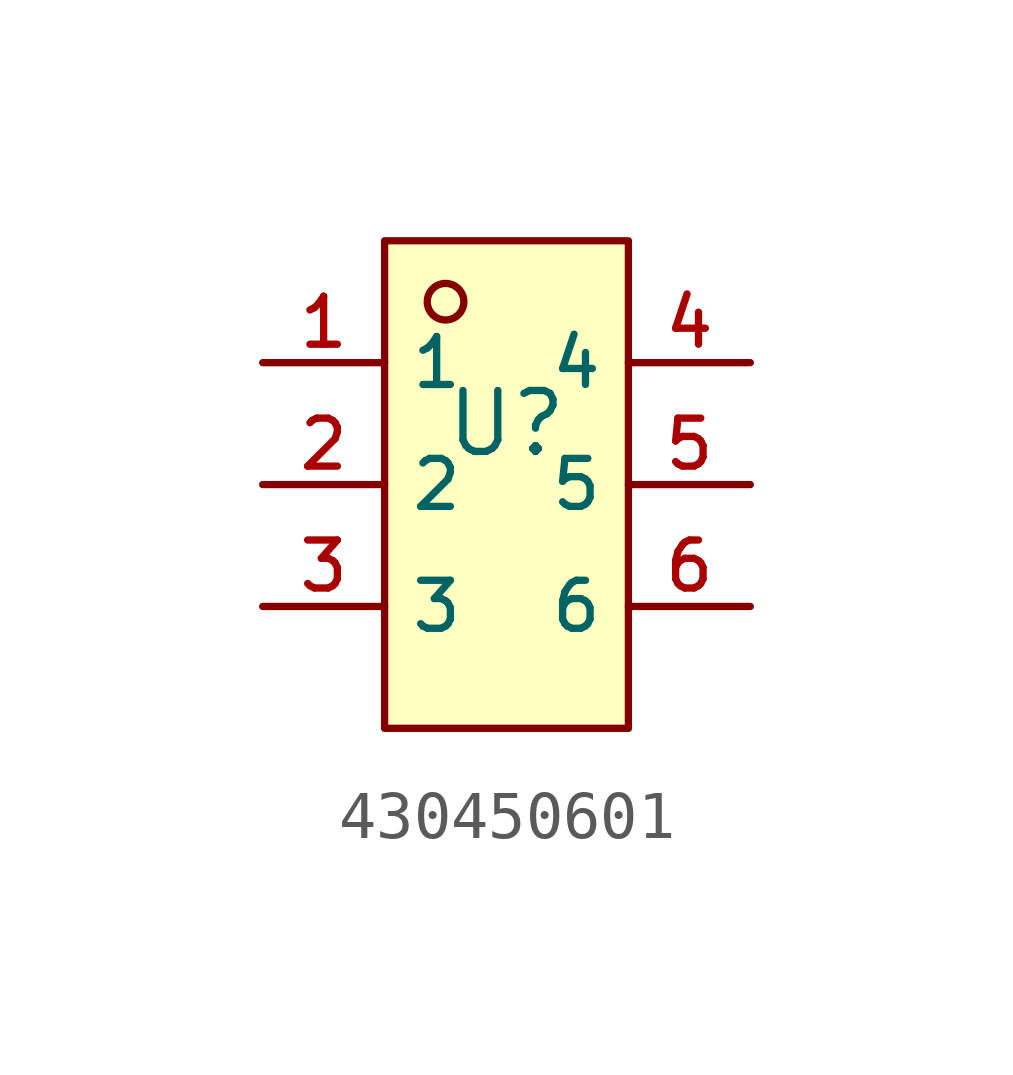
<source format=kicad_sym>
(kicad_symbol_lib
  (version 20210201)
  (generator TousstNicolas/JLC2KiCad_lib)
  (symbol "430450601"
    (property "Reference" "U"
      (at 0 1.27 0)
      (effects (font (size 1.27 1.27))))
    (symbol "430450601_0_1"
      (rectangle (start -2.54 5.08) (end 2.54 -5.08) (stroke (width 0) (type default) (color 0 0 0 0)) (fill (type background)))
      (circle (center -1.27 3.81) (radius 0.381) (stroke (width 0) (type default) (color 0 0 0 0)) (fill (type background)))
      (pin unspecified line (at -5.08 2.54 0) (length 2.54) (name "1" (effects (font (size 1 1)))) (number "1" (effects (font (size 1 1)))))
      (pin unspecified line (at -5.08 -0.0 0) (length 2.54) (name "2" (effects (font (size 1 1)))) (number "2" (effects (font (size 1 1)))))
      (pin unspecified line (at -5.08 -2.54 0) (length 2.54) (name "3" (effects (font (size 1 1)))) (number "3" (effects (font (size 1 1)))))
      (pin unspecified line (at 5.08 2.54 180) (length 2.54) (name "4" (effects (font (size 1 1)))) (number "4" (effects (font (size 1 1)))))
      (pin unspecified line (at 5.08 -0.0 180) (length 2.54) (name "5" (effects (font (size 1 1)))) (number "5" (effects (font (size 1 1)))))
      (pin unspecified line (at 5.08 -2.54 180) (length 2.54) (name "6" (effects (font (size 1 1)))) (number "6" (effects (font (size 1 1))))))))
</source>
